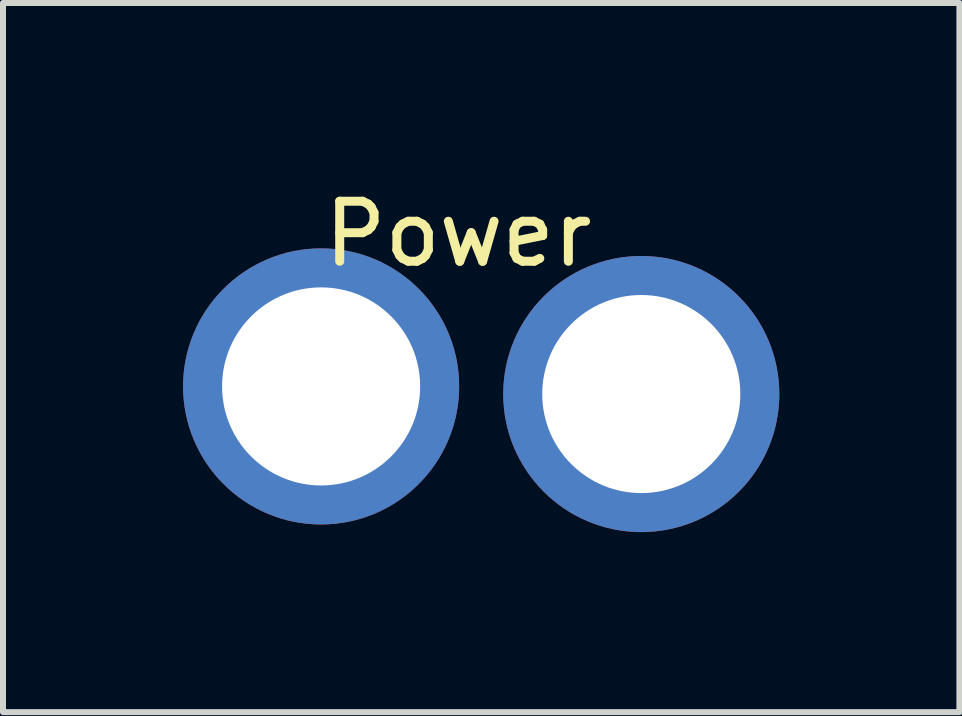
<source format=kicad_pcb>
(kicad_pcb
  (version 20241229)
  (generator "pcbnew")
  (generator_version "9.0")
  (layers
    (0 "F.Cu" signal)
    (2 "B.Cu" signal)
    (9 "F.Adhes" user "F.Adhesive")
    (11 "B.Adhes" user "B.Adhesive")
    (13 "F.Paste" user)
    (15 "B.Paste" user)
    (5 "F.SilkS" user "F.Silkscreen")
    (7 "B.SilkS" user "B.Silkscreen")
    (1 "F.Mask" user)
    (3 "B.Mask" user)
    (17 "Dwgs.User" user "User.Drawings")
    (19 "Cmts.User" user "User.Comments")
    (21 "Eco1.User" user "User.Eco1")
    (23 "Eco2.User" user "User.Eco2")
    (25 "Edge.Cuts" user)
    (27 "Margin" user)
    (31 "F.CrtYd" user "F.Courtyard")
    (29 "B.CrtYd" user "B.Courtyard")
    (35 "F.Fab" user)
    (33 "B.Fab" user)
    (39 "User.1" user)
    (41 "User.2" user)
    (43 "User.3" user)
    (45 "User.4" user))
  (footprint "Power"
    (layer "F.Cu")
    (at 2.554 2.118)
    (property "Reference" "Power" (at 2.032 -1.27 0) (layer "F.SilkS") (effects (font (size 1 1) (thickness 0.15))))
    (attr through_hole)
    (pad "1" thru_hole circle (at -0.254 1.27) (size 4.6 4.6) (drill 3.3) (layers "*.Cu" "*.Mask"))
    (pad "1" thru_hole circle (at 5.08 1.397) (size 4.6 4.6) (drill 3.3) (layers "*.Cu" "*.Mask")))
  (gr_rect
    (start -3 -3)
    (end 12.934 8.815)
    (stroke (width 0.1) (type default))
    (fill no)
    (layer "Edge.Cuts")))
</source>
